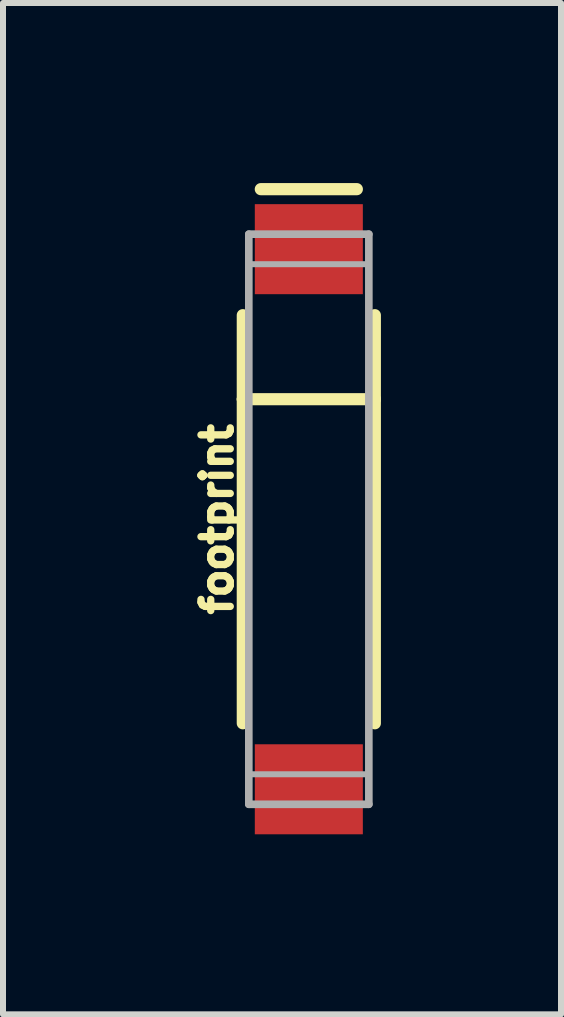
<source format=kicad_pcb>
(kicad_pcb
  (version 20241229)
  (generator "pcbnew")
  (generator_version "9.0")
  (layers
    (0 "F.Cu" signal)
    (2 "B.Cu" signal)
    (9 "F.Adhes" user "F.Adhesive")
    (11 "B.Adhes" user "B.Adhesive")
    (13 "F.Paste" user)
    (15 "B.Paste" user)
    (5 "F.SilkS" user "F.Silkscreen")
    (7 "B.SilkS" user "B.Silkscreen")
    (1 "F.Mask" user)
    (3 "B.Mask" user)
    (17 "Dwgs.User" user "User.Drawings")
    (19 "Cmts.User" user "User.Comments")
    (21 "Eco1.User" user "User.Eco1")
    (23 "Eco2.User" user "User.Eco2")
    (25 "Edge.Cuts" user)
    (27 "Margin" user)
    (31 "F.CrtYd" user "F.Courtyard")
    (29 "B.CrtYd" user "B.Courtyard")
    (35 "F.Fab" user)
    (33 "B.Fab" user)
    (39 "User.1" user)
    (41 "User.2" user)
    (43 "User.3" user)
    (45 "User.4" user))
  (footprint "footprint"
    (layer "F.Cu")
    (at 2.096 5.602)
    (property "Reference" "footprint" (at -1.243 0 90) (layer "F.SilkS") (effects (font (size 0.488 0.488) (thickness 0.122)) (justify bottom)))
    (fp_line (start -1.1 -3.4) (end -1.1 -2) (stroke (width 0.203) (type solid)) (layer "F.SilkS"))
    (fp_line (start -1.1 -2) (end -1.1 3.4) (stroke (width 0.203) (type solid)) (layer "F.SilkS"))
    (fp_line (start 0.8 -5.5) (end -0.8 -5.5) (stroke (width 0.203) (type solid)) (layer "F.SilkS"))
    (fp_line (start 1.1 -3.4) (end 1.1 -2) (stroke (width 0.203) (type solid)) (layer "F.SilkS"))
    (fp_line (start 1.1 -2) (end -1.1 -2) (stroke (width 0.203) (type solid)) (layer "F.SilkS"))
    (fp_line (start 1.1 -2) (end 1.1 3.4) (stroke (width 0.203) (type solid)) (layer "F.SilkS"))
    (fp_line (start -1 -4.75) (end 1 -4.75) (stroke (width 0.127) (type solid)) (layer "F.Fab"))
    (fp_line (start -1 4.75) (end -1 -4.75) (stroke (width 0.127) (type solid)) (layer "F.Fab"))
    (fp_line (start 1 -4.75) (end 1 4.75) (stroke (width 0.127) (type solid)) (layer "F.Fab"))
    (fp_line (start 1 4.75) (end -1 4.75) (stroke (width 0.127) (type solid)) (layer "F.Fab"))
    (fp_poly (pts (xy -1 4.75) (xy 1 4.75) (xy 1 4.25) (xy -1 4.25)) (stroke (width 0.1) (type solid)) (fill no) (layer "F.Fab"))
    (fp_poly (pts (xy 1 -4.75) (xy -1 -4.75) (xy -1 -4.25) (xy 1 -4.25)) (stroke (width 0.1) (type solid)) (fill no) (layer "F.Fab"))
    (pad "FEED" smd rect (at 0 -4.5) (size 1.8 1.5) (layers "F.Cu" "F.Mask" "F.Paste"))
    (pad "NC" smd rect (at 0 4.5) (size 1.8 1.5) (layers "F.Cu" "F.Mask" "F.Paste")))
  (gr_rect
    (start -3 -3)
    (end 6.298 13.852)
    (stroke (width 0.1) (type default))
    (fill no)
    (layer "Edge.Cuts")))
</source>
